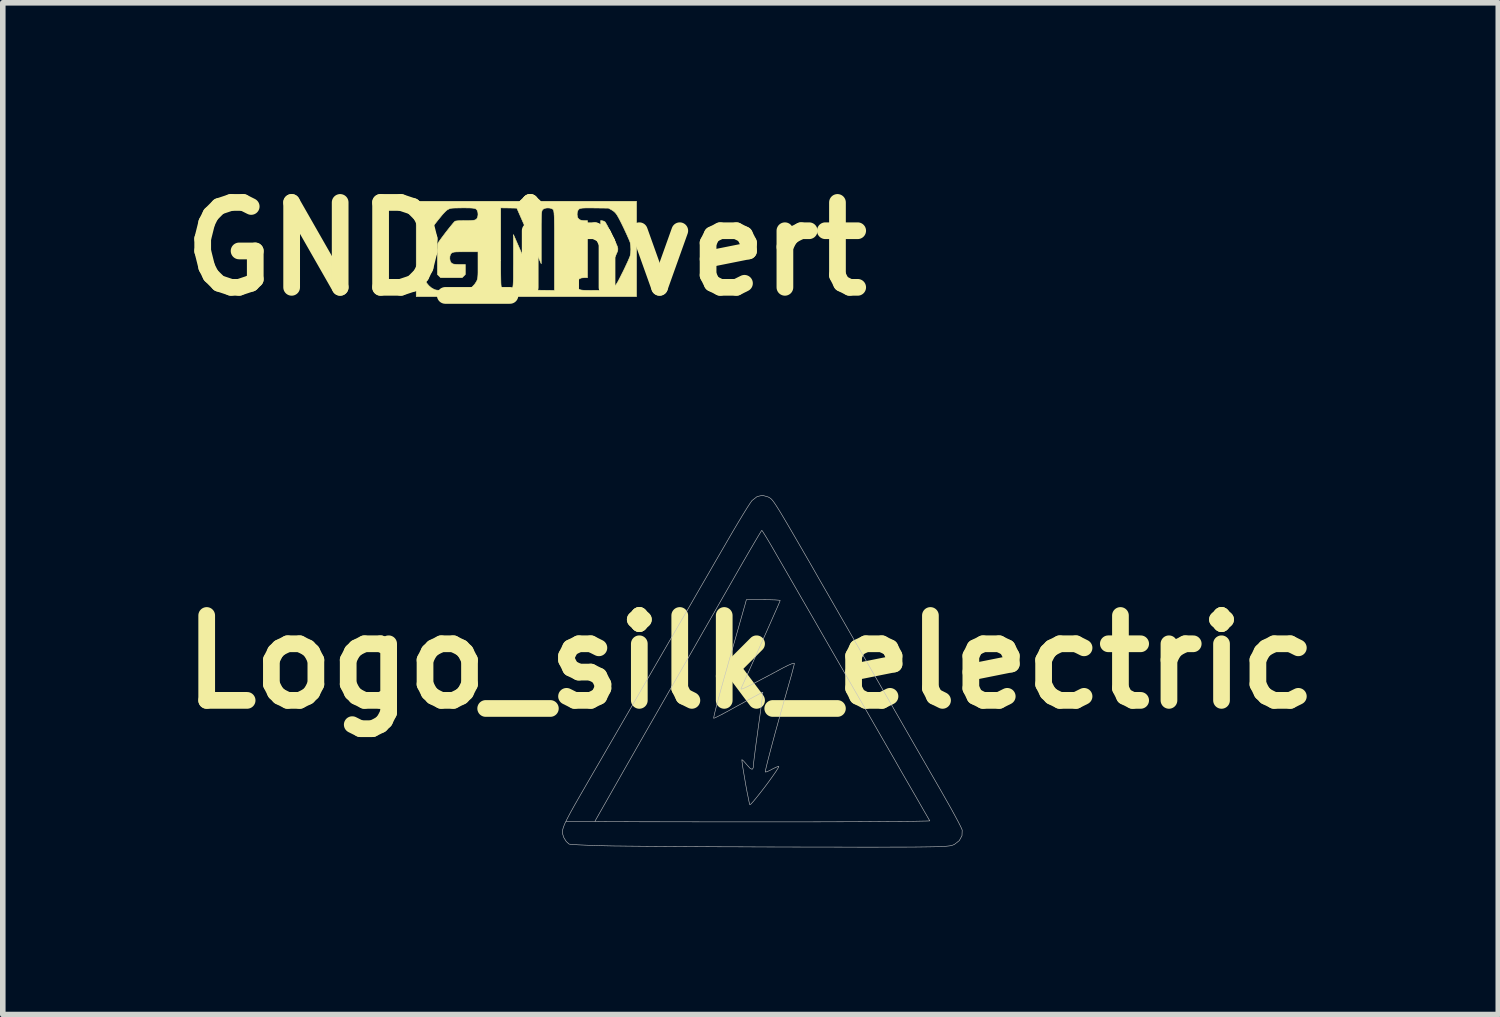
<source format=kicad_pcb>
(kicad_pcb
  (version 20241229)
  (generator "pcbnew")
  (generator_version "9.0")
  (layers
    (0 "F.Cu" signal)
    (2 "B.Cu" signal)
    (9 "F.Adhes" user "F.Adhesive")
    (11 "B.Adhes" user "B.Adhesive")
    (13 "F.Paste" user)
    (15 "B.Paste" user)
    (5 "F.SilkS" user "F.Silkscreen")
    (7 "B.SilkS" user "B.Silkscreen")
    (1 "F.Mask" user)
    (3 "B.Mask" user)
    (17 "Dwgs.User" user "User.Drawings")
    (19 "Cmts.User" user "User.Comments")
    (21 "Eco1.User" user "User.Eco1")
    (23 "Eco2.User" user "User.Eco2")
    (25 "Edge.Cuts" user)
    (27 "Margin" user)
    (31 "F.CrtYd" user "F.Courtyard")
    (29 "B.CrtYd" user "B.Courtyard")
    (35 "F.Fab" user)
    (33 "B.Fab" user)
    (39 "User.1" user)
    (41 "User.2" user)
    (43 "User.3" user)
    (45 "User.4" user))
  (footprint "GND_invert"
    (layer "F.Cu")
    (at 6.394 1.418)
    (property "Reference" "GND_invert" (at 0 0 0) (layer "F.SilkS") (effects (font (size 1.524 1.524) (thickness 0.3))))
    (attr through_hole)
    (fp_poly (pts (xy 1.368 -0.505) (xy 1.394 -0.498) (xy 1.415 -0.486) (xy 1.416 -0.485) (xy 1.425 -0.473) (xy 1.439 -0.448) (xy 1.459 -0.413) (xy 1.481 -0.37) (xy 1.506 -0.321) (xy 1.532 -0.27) (xy 1.558 -0.217) (xy 1.582 -0.167) (xy 1.603 -0.121) (xy 1.621 -0.082) (xy 1.633 -0.053) (xy 1.638 -0.039) (xy 1.646 -0.006) (xy 1.645 0.021) (xy 1.642 0.037) (xy 1.634 0.057) (xy 1.621 0.088) (xy 1.602 0.129) (xy 1.58 0.176) (xy 1.555 0.227) (xy 1.528 0.28) (xy 1.501 0.332) (xy 1.475 0.381) (xy 1.451 0.425) (xy 1.431 0.462) (xy 1.415 0.488) (xy 1.405 0.502) (xy 1.404 0.503) (xy 1.38 0.513) (xy 1.361 0.516) (xy 1.338 0.516) (xy 1.338 -0.51) (xy 1.368 -0.505)) (stroke (width 0.01) (type solid)) (fill yes) (layer "F.SilkS"))
    (fp_poly (pts (xy 1.981 0.855) (xy -1.973 0.855) (xy -1.973 0.385) (xy -1.828 0.385) (xy -1.828 0.43) (xy -1.827 0.465) (xy -1.826 0.491) (xy -1.824 0.512) (xy -1.822 0.528) (xy -1.818 0.541) (xy -1.814 0.554) (xy -1.811 0.564) (xy -1.785 0.613) (xy -1.747 0.659) (xy -1.702 0.698) (xy -1.654 0.725) (xy -1.651 0.727) (xy -1.637 0.732) (xy -1.624 0.736) (xy -1.608 0.739) (xy -1.589 0.741) (xy -1.563 0.742) (xy -1.529 0.743) (xy -1.485 0.743) (xy -1.429 0.743) (xy -1.359 0.743) (xy -1.333 0.743) (xy -1.063 0.741) (xy -1.017 0.716) (xy -0.968 0.681) (xy -0.925 0.636) (xy -0.892 0.586) (xy -0.881 0.562) (xy -0.876 0.547) (xy -0.872 0.532) (xy -0.869 0.513) (xy -0.867 0.49) (xy -0.865 0.46) (xy -0.864 0.419) (xy -0.864 0.367) (xy -0.864 0.301) (xy -0.864 0.283) (xy -0.864 0.095) (xy -0.457 0.095) (xy -0.457 0.208) (xy -0.457 0.306) (xy -0.457 0.39) (xy -0.456 0.462) (xy -0.455 0.523) (xy -0.454 0.572) (xy -0.453 0.613) (xy -0.451 0.645) (xy -0.448 0.67) (xy -0.444 0.689) (xy -0.44 0.702) (xy -0.436 0.712) (xy -0.43 0.719) (xy -0.423 0.724) (xy -0.416 0.728) (xy -0.408 0.732) (xy -0.378 0.741) (xy -0.34 0.744) (xy -0.303 0.74) (xy -0.279 0.732) (xy -0.269 0.727) (xy -0.26 0.721) (xy -0.252 0.714) (xy -0.246 0.704) (xy -0.241 0.69) (xy -0.237 0.67) (xy -0.234 0.643) (xy -0.232 0.608) (xy -0.23 0.564) (xy -0.229 0.509) (xy -0.229 0.442) (xy -0.229 0.361) (xy -0.228 0.265) (xy -0.228 0.206) (xy -0.228 -0.258) (xy 0.21 0.741) (xy 0.359 0.743) (xy 0.508 0.745) (xy 0.508 0.639) (xy 0.915 0.639) (xy 0.921 0.677) (xy 0.927 0.694) (xy 0.935 0.708) (xy 0.944 0.72) (xy 0.956 0.728) (xy 0.973 0.734) (xy 0.997 0.739) (xy 1.029 0.742) (xy 1.072 0.744) (xy 1.128 0.744) (xy 1.199 0.745) (xy 1.217 0.745) (xy 1.286 0.745) (xy 1.341 0.744) (xy 1.383 0.744) (xy 1.416 0.742) (xy 1.44 0.741) (xy 1.459 0.738) (xy 1.475 0.734) (xy 1.49 0.729) (xy 1.494 0.728) (xy 1.526 0.712) (xy 1.561 0.689) (xy 1.584 0.671) (xy 1.597 0.659) (xy 1.609 0.645) (xy 1.622 0.628) (xy 1.636 0.606) (xy 1.652 0.578) (xy 1.672 0.54) (xy 1.696 0.492) (xy 1.726 0.432) (xy 1.741 0.403) (xy 1.77 0.343) (xy 1.797 0.285) (xy 1.822 0.232) (xy 1.842 0.186) (xy 1.857 0.151) (xy 1.866 0.127) (xy 1.867 0.123) (xy 1.876 0.069) (xy 1.879 0.007) (xy 1.876 -0.056) (xy 1.868 -0.111) (xy 1.867 -0.115) (xy 1.86 -0.135) (xy 1.846 -0.169) (xy 1.827 -0.212) (xy 1.804 -0.264) (xy 1.778 -0.32) (xy 1.75 -0.38) (xy 1.746 -0.388) (xy 1.711 -0.46) (xy 1.681 -0.519) (xy 1.656 -0.566) (xy 1.634 -0.604) (xy 1.614 -0.633) (xy 1.594 -0.656) (xy 1.574 -0.674) (xy 1.551 -0.69) (xy 1.525 -0.706) (xy 1.523 -0.707) (xy 1.477 -0.732) (xy 1.235 -0.735) (xy 1.158 -0.736) (xy 1.097 -0.736) (xy 1.048 -0.735) (xy 1.011 -0.733) (xy 0.984 -0.729) (xy 0.964 -0.724) (xy 0.95 -0.716) (xy 0.94 -0.706) (xy 0.931 -0.693) (xy 0.927 -0.686) (xy 0.917 -0.653) (xy 0.915 -0.614) (xy 0.921 -0.576) (xy 0.927 -0.559) (xy 0.948 -0.533) (xy 0.979 -0.516) (xy 1.022 -0.509) (xy 1.045 -0.508) (xy 1.101 -0.508) (xy 1.101 0.516) (xy 1.045 0.516) (xy 0.996 0.52) (xy 0.96 0.533) (xy 0.935 0.554) (xy 0.927 0.567) (xy 0.917 0.6) (xy 0.915 0.639) (xy 0.508 0.639) (xy 0.508 0.042) (xy 0.508 -0.087) (xy 0.508 -0.2) (xy 0.508 -0.298) (xy 0.508 -0.382) (xy 0.507 -0.454) (xy 0.506 -0.514) (xy 0.505 -0.564) (xy 0.503 -0.605) (xy 0.501 -0.637) (xy 0.498 -0.662) (xy 0.495 -0.681) (xy 0.491 -0.694) (xy 0.486 -0.704) (xy 0.48 -0.711) (xy 0.473 -0.716) (xy 0.465 -0.72) (xy 0.457 -0.724) (xy 0.427 -0.733) (xy 0.39 -0.736) (xy 0.353 -0.733) (xy 0.323 -0.723) (xy 0.322 -0.723) (xy 0.311 -0.716) (xy 0.302 -0.71) (xy 0.295 -0.703) (xy 0.288 -0.693) (xy 0.283 -0.679) (xy 0.279 -0.66) (xy 0.276 -0.635) (xy 0.274 -0.601) (xy 0.273 -0.558) (xy 0.272 -0.505) (xy 0.271 -0.439) (xy 0.271 -0.36) (xy 0.271 -0.267) (xy 0.271 -0.198) (xy 0.271 0.267) (xy 0.052 -0.233) (xy -0.167 -0.732) (xy -0.312 -0.735) (xy -0.457 -0.737) (xy -0.457 -0.034) (xy -0.457 0.095) (xy -0.864 0.095) (xy -0.864 0.051) (xy -1.08 0.051) (xy -1.152 0.051) (xy -1.21 0.052) (xy -1.254 0.053) (xy -1.288 0.056) (xy -1.312 0.061) (xy -1.33 0.068) (xy -1.342 0.077) (xy -1.352 0.089) (xy -1.359 0.101) (xy -1.369 0.134) (xy -1.371 0.174) (xy -1.365 0.211) (xy -1.359 0.229) (xy -1.346 0.248) (xy -1.329 0.262) (xy -1.305 0.272) (xy -1.27 0.277) (xy -1.224 0.279) (xy -1.194 0.279) (xy -1.092 0.279) (xy -1.092 0.459) (xy -1.121 0.488) (xy -1.15 0.516) (xy -1.534 0.516) (xy -1.563 0.488) (xy -1.592 0.459) (xy -1.592 0.193) (xy -1.591 0.127) (xy -1.591 0.065) (xy -1.59 0.009) (xy -1.588 -0.037) (xy -1.587 -0.072) (xy -1.585 -0.094) (xy -1.584 -0.098) (xy -1.577 -0.112) (xy -1.561 -0.137) (xy -1.537 -0.17) (xy -1.508 -0.21) (xy -1.475 -0.254) (xy -1.44 -0.3) (xy -1.404 -0.346) (xy -1.37 -0.389) (xy -1.338 -0.428) (xy -1.311 -0.461) (xy -1.29 -0.484) (xy -1.277 -0.496) (xy -1.276 -0.497) (xy -1.26 -0.501) (xy -1.229 -0.505) (xy -1.183 -0.507) (xy -1.12 -0.508) (xy -1.098 -0.508) (xy -1.035 -0.508) (xy -0.986 -0.51) (xy -0.949 -0.513) (xy -0.923 -0.518) (xy -0.904 -0.526) (xy -0.89 -0.537) (xy -0.88 -0.552) (xy -0.876 -0.559) (xy -0.868 -0.583) (xy -0.864 -0.613) (xy -0.864 -0.622) (xy -0.866 -0.652) (xy -0.874 -0.68) (xy -0.876 -0.686) (xy -0.885 -0.701) (xy -0.896 -0.713) (xy -0.91 -0.722) (xy -0.93 -0.728) (xy -0.958 -0.732) (xy -0.996 -0.735) (xy -1.046 -0.736) (xy -1.111 -0.737) (xy -1.132 -0.737) (xy -1.189 -0.736) (xy -1.243 -0.735) (xy -1.289 -0.734) (xy -1.325 -0.732) (xy -1.349 -0.729) (xy -1.355 -0.728) (xy -1.377 -0.721) (xy -1.398 -0.711) (xy -1.42 -0.698) (xy -1.442 -0.679) (xy -1.468 -0.653) (xy -1.499 -0.62) (xy -1.535 -0.576) (xy -1.579 -0.522) (xy -1.624 -0.465) (xy -1.683 -0.389) (xy -1.73 -0.326) (xy -1.767 -0.276) (xy -1.792 -0.238) (xy -1.805 -0.213) (xy -1.806 -0.212) (xy -1.81 -0.199) (xy -1.814 -0.187) (xy -1.817 -0.173) (xy -1.82 -0.156) (xy -1.822 -0.133) (xy -1.823 -0.102) (xy -1.824 -0.064) (xy -1.825 -0.014) (xy -1.826 0.048) (xy -1.827 0.124) (xy -1.827 0.174) (xy -1.828 0.259) (xy -1.828 0.329) (xy -1.828 0.385) (xy -1.973 0.385) (xy -1.973 -0.855) (xy 1.981 -0.855) (xy 1.981 0.855)) (stroke (width 0.01) (type solid)) (fill yes) (layer "F.SilkS")))
  (footprint "Logo_silk_electric"
    (layer "F.Cu")
    (at 10.421 8.832)
    (property "Reference" "Logo_silk_electric" (at 0 0 0) (layer "F.SilkS") (effects (font (size 1.524 1.524) (thickness 0.3))))
    (attr through_hole)
    (fp_poly (pts (xy 0.347 -1.117) (xy 0.443 -1.114) (xy 0.509 -1.109) (xy 0.533 -1.104) (xy 0.533 -1.104) (xy 0.523 -1.078) (xy 0.495 -1.012) (xy 0.45 -0.91) (xy 0.392 -0.779) (xy 0.323 -0.623) (xy 0.245 -0.448) (xy 0.189 -0.323) (xy 0.106 -0.137) (xy 0.029 0.034) (xy -0.039 0.186) (xy -0.096 0.312) (xy -0.138 0.407) (xy -0.164 0.465) (xy -0.171 0.481) (xy -0.168 0.488) (xy -0.145 0.482) (xy -0.098 0.463) (xy -0.025 0.427) (xy 0.08 0.374) (xy 0.218 0.301) (xy 0.394 0.208) (xy 0.578 0.109) (xy 0.668 0.063) (xy 0.739 0.033) (xy 0.78 0.022) (xy 0.787 0.025) (xy 0.781 0.059) (xy 0.762 0.132) (xy 0.735 0.235) (xy 0.7 0.357) (xy 0.687 0.402) (xy 0.625 0.621) (xy 0.563 0.841) (xy 0.503 1.056) (xy 0.446 1.261) (xy 0.395 1.451) (xy 0.35 1.62) (xy 0.313 1.762) (xy 0.286 1.872) (xy 0.269 1.945) (xy 0.265 1.975) (xy 0.265 1.975) (xy 0.292 1.971) (xy 0.348 1.946) (xy 0.392 1.922) (xy 0.457 1.89) (xy 0.499 1.874) (xy 0.508 1.876) (xy 0.494 1.907) (xy 0.456 1.967) (xy 0.399 2.049) (xy 0.331 2.144) (xy 0.256 2.245) (xy 0.18 2.343) (xy 0.109 2.432) (xy 0.05 2.504) (xy 0.008 2.55) (xy -0.012 2.563) (xy -0.012 2.562) (xy -0.024 2.519) (xy -0.04 2.44) (xy -0.061 2.337) (xy -0.083 2.218) (xy -0.104 2.095) (xy -0.124 1.978) (xy -0.141 1.875) (xy -0.151 1.798) (xy -0.155 1.757) (xy -0.154 1.753) (xy -0.131 1.771) (xy -0.09 1.816) (xy -0.069 1.841) (xy -0.009 1.907) (xy 0.029 1.927) (xy 0.048 1.902) (xy 0.051 1.869) (xy 0.054 1.828) (xy 0.064 1.744) (xy 0.079 1.625) (xy 0.098 1.478) (xy 0.121 1.312) (xy 0.139 1.179) (xy 0.163 1.006) (xy 0.184 0.852) (xy 0.201 0.721) (xy 0.214 0.622) (xy 0.22 0.56) (xy 0.221 0.543) (xy 0.198 0.553) (xy 0.138 0.584) (xy 0.047 0.633) (xy -0.068 0.696) (xy -0.199 0.769) (xy -0.214 0.777) (xy -0.348 0.851) (xy -0.466 0.915) (xy -0.563 0.966) (xy -0.63 0.999) (xy -0.66 1.011) (xy -0.661 1.01) (xy -0.658 0.985) (xy -0.643 0.917) (xy -0.616 0.81) (xy -0.579 0.67) (xy -0.533 0.502) (xy -0.48 0.311) (xy -0.421 0.104) (xy -0.403 0.038) (xy -0.341 -0.178) (xy -0.282 -0.383) (xy -0.229 -0.569) (xy -0.183 -0.731) (xy -0.145 -0.864) (xy -0.118 -0.961) (xy -0.102 -1.016) (xy -0.1 -1.022) (xy -0.074 -1.118) (xy 0.23 -1.118) (xy 0.347 -1.117)) (stroke (width 0.01) (type solid)) (fill no) (layer "Dwgs.User"))
    (fp_poly (pts (xy 0.316 -2.962) (xy 0.326 -2.957) (xy 0.342 -2.948) (xy 0.357 -2.938) (xy 0.374 -2.924) (xy 0.393 -2.903) (xy 0.416 -2.873) (xy 0.445 -2.831) (xy 0.482 -2.774) (xy 0.529 -2.699) (xy 0.586 -2.604) (xy 0.656 -2.486) (xy 0.74 -2.342) (xy 0.84 -2.17) (xy 0.958 -1.966) (xy 1.095 -1.729) (xy 1.252 -1.454) (xy 1.433 -1.14) (xy 1.563 -0.914) (xy 1.851 -0.412) (xy 2.116 0.048) (xy 2.358 0.469) (xy 2.579 0.853) (xy 2.78 1.203) (xy 2.962 1.52) (xy 3.128 1.807) (xy 3.278 2.067) (xy 3.408 2.292) (xy 3.504 2.461) (xy 3.593 2.618) (xy 3.67 2.759) (xy 3.732 2.875) (xy 3.776 2.962) (xy 3.798 3.012) (xy 3.8 3.019) (xy 3.796 3.118) (xy 3.748 3.206) (xy 3.662 3.273) (xy 3.633 3.286) (xy 3.612 3.293) (xy 3.585 3.299) (xy 3.547 3.304) (xy 3.497 3.309) (xy 3.43 3.312) (xy 3.344 3.316) (xy 3.237 3.318) (xy 3.104 3.32) (xy 2.943 3.322) (xy 2.752 3.323) (xy 2.526 3.323) (xy 2.263 3.324) (xy 1.961 3.324) (xy 1.616 3.323) (xy 1.225 3.322) (xy 0.946 3.322) (xy 0.567 3.321) (xy 0.19 3.32) (xy -0.183 3.318) (xy -0.545 3.317) (xy -0.893 3.315) (xy -1.22 3.313) (xy -1.523 3.311) (xy -1.796 3.309) (xy -2.034 3.307) (xy -2.233 3.305) (xy -2.387 3.303) (xy -2.426 3.303) (xy -2.622 3.299) (xy -2.804 3.294) (xy -2.964 3.288) (xy -3.096 3.282) (xy -3.193 3.276) (xy -3.249 3.27) (xy -3.258 3.267) (xy -3.307 3.223) (xy -3.351 3.152) (xy -3.375 3.078) (xy -3.377 3.056) (xy -3.372 3.014) (xy -3.357 2.962) (xy -3.33 2.895) (xy -3.314 2.863) (xy -2.794 2.863) (xy -2.769 2.864) (xy -2.697 2.865) (xy -2.579 2.866) (xy -2.421 2.866) (xy -2.224 2.867) (xy -1.992 2.868) (xy -1.728 2.868) (xy -1.435 2.869) (xy -1.116 2.869) (xy -0.775 2.87) (xy -0.413 2.87) (xy -0.036 2.87) (xy 0.217 2.87) (xy 0.604 2.87) (xy 0.975 2.87) (xy 1.33 2.869) (xy 1.663 2.868) (xy 1.972 2.867) (xy 2.255 2.865) (xy 2.507 2.863) (xy 2.726 2.862) (xy 2.909 2.86) (xy 3.052 2.857) (xy 3.153 2.855) (xy 3.208 2.853) (xy 3.218 2.851) (xy 3.203 2.826) (xy 3.166 2.761) (xy 3.107 2.66) (xy 3.031 2.527) (xy 2.938 2.365) (xy 2.831 2.18) (xy 2.712 1.974) (xy 2.585 1.751) (xy 2.476 1.562) (xy 2.244 1.159) (xy 2.011 0.754) (xy 1.779 0.352) (xy 1.553 -0.041) (xy 1.334 -0.421) (xy 1.127 -0.782) (xy 0.932 -1.119) (xy 0.754 -1.428) (xy 0.596 -1.702) (xy 0.461 -1.936) (xy 0.385 -2.068) (xy 0.317 -2.183) (xy 0.261 -2.275) (xy 0.222 -2.337) (xy 0.204 -2.362) (xy 0.203 -2.362) (xy 0.188 -2.341) (xy 0.151 -2.28) (xy 0.094 -2.184) (xy 0.02 -2.058) (xy -0.068 -1.907) (xy -0.168 -1.734) (xy -0.276 -1.546) (xy -0.321 -1.467) (xy -0.421 -1.292) (xy -0.543 -1.08) (xy -0.682 -0.836) (xy -0.837 -0.566) (xy -1.002 -0.276) (xy -1.175 0.026) (xy -1.353 0.337) (xy -1.531 0.648) (xy -1.706 0.954) (xy -1.814 1.142) (xy -1.969 1.413) (xy -2.116 1.671) (xy -2.254 1.912) (xy -2.38 2.134) (xy -2.493 2.332) (xy -2.591 2.505) (xy -2.672 2.647) (xy -2.734 2.756) (xy -2.775 2.829) (xy -2.793 2.861) (xy -2.794 2.863) (xy -3.314 2.863) (xy -3.287 2.808) (xy -3.227 2.694) (xy -3.147 2.551) (xy -3.044 2.371) (xy -2.98 2.261) (xy -2.911 2.141) (xy -2.819 1.982) (xy -2.707 1.79) (xy -2.58 1.57) (xy -2.439 1.327) (xy -2.288 1.066) (xy -2.13 0.793) (xy -1.968 0.513) (xy -1.805 0.23) (xy -1.716 0.076) (xy -1.552 -0.207) (xy -1.386 -0.494) (xy -1.222 -0.778) (xy -1.062 -1.054) (xy -0.911 -1.317) (xy -0.77 -1.56) (xy -0.644 -1.779) (xy -0.535 -1.967) (xy -0.446 -2.12) (xy -0.411 -2.181) (xy -0.313 -2.349) (xy -0.22 -2.506) (xy -0.136 -2.645) (xy -0.065 -2.76) (xy -0.01 -2.845) (xy 0.024 -2.893) (xy 0.028 -2.898) (xy 0.119 -2.969) (xy 0.215 -2.991) (xy 0.316 -2.962)) (stroke (width 0.01) (type solid)) (fill no) (layer "Dwgs.User")))
  (gr_rect
    (start -3 -3)
    (end 23.843 15.16)
    (stroke (width 0.1) (type default))
    (fill no)
    (layer "Edge.Cuts")))
</source>
